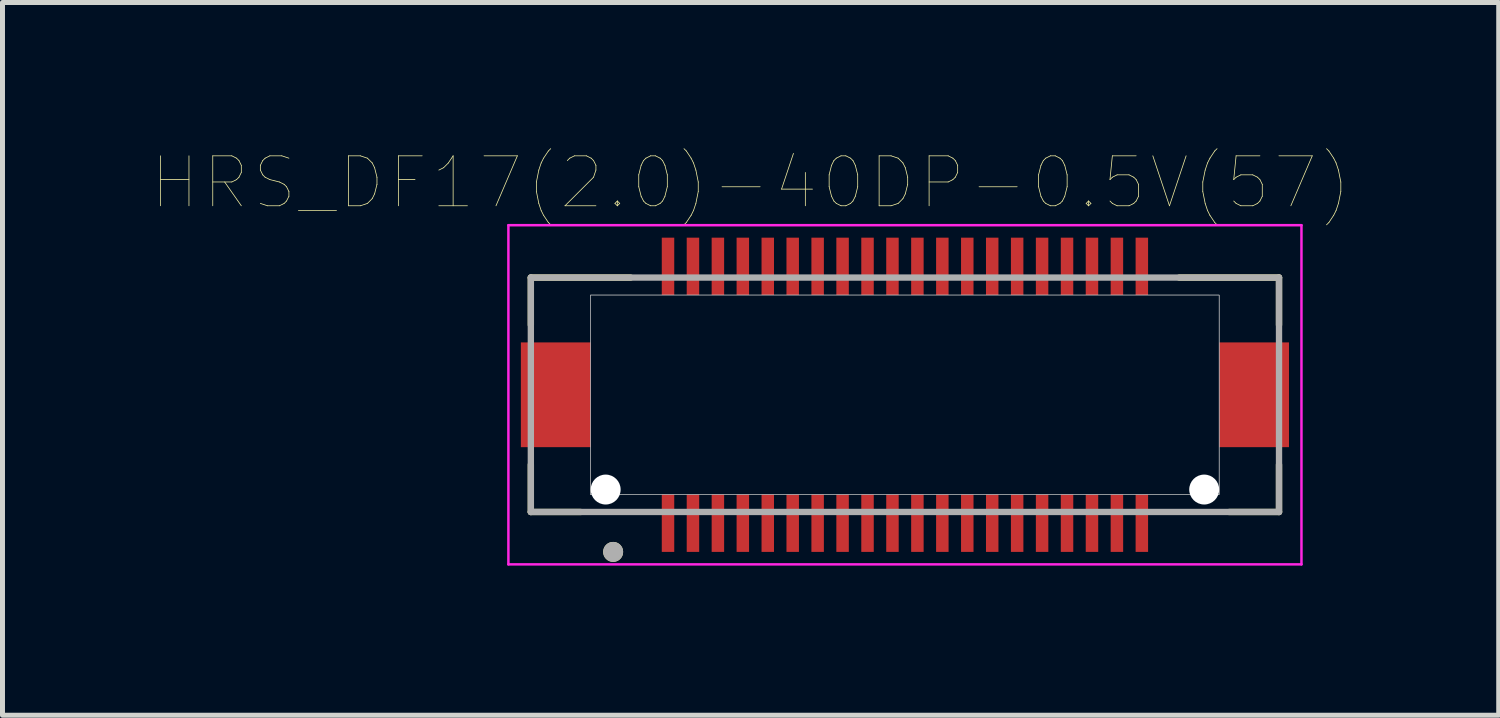
<source format=kicad_pcb>
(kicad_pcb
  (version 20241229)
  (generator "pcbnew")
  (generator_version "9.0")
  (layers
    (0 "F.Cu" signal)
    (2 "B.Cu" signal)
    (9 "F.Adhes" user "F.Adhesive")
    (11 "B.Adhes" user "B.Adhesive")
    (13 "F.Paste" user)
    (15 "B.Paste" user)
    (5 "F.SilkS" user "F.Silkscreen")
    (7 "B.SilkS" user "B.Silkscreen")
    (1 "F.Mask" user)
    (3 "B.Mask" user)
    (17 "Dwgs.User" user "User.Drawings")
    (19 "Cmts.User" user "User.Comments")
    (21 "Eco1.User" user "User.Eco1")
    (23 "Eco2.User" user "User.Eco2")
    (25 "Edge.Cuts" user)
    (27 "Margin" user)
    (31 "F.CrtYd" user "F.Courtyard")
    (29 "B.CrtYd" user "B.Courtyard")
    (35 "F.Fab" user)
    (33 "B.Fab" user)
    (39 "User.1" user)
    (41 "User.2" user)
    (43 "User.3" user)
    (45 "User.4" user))
  (footprint "HRS_DF17(2.0)-40DP-0.5V(57)"
    (layer "F.Cu")
    (at 15.093 4.865)
    (property "Reference" "HRS_DF17(2.0)-40DP-0.5V(57)" (at -3.094 -4.252 0) (layer "F.SilkS") (effects (font (size 1.002 1.002) (thickness 0.015))))
    (attr through_hole)
    (fp_line (start -7.5 -2.35) (end -5.5 -2.35) (stroke (width 0.127) (type solid)) (layer "F.SilkS"))
    (fp_line (start -7.5 -1.4) (end -7.5 -2.35) (stroke (width 0.127) (type solid)) (layer "F.SilkS"))
    (fp_line (start -7.5 1.4) (end -7.5 2.35) (stroke (width 0.127) (type solid)) (layer "F.SilkS"))
    (fp_line (start -7.5 2.35) (end -6.5 2.35) (stroke (width 0.127) (type solid)) (layer "F.SilkS"))
    (fp_line (start 5.5 -2.35) (end 7.5 -2.35) (stroke (width 0.127) (type solid)) (layer "F.SilkS"))
    (fp_line (start 7.5 -2.35) (end 7.5 -1.4) (stroke (width 0.127) (type solid)) (layer "F.SilkS"))
    (fp_line (start 7.5 1.4) (end 7.5 2.35) (stroke (width 0.127) (type solid)) (layer "F.SilkS"))
    (fp_line (start 7.5 2.35) (end 6.5 2.35) (stroke (width 0.127) (type solid)) (layer "F.SilkS"))
    (fp_circle (center -5.85 3.15) (end -5.75 3.15) (stroke (width 0.2) (type solid)) (fill no) (layer "F.SilkS"))
    (fp_poly (pts (xy -6.306 -2) (xy 6.3 -2) (xy 6.3 2.002) (xy -6.306 2.002)) (stroke (width 0.01) (type solid)) (fill no) (layer "Dwgs.User"))
    (fp_poly (pts (xy -6.302 -2) (xy 6.3 -2) (xy 6.3 2.001) (xy -6.302 2.001)) (stroke (width 0.01) (type solid)) (fill no) (layer "Dwgs.User"))
    (fp_line (start -7.95 -3.4) (end 7.95 -3.4) (stroke (width 0.05) (type solid)) (layer "F.CrtYd"))
    (fp_line (start -7.95 3.4) (end -7.95 -3.4) (stroke (width 0.05) (type solid)) (layer "F.CrtYd"))
    (fp_line (start 7.95 -3.4) (end 7.95 3.4) (stroke (width 0.05) (type solid)) (layer "F.CrtYd"))
    (fp_line (start 7.95 3.4) (end -7.95 3.4) (stroke (width 0.05) (type solid)) (layer "F.CrtYd"))
    (fp_line (start -7.5 -2.35) (end 7.5 -2.35) (stroke (width 0.127) (type solid)) (layer "F.Fab"))
    (fp_line (start -7.5 2.35) (end -7.5 -2.35) (stroke (width 0.127) (type solid)) (layer "F.Fab"))
    (fp_line (start 7.5 -2.35) (end 7.5 2.35) (stroke (width 0.127) (type solid)) (layer "F.Fab"))
    (fp_line (start 7.5 2.35) (end -7.5 2.35) (stroke (width 0.127) (type solid)) (layer "F.Fab"))
    (fp_circle (center -5.85 3.15) (end -5.75 3.15) (stroke (width 0.2) (type solid)) (fill no) (layer "F.Fab"))
    (pad "" np_thru_hole circle (at -6 1.9) (size 0.6 0.6) (drill 0.6) (layers "*.Cu" "*.Mask"))
    (pad "" np_thru_hole circle (at 6 1.9) (size 0.6 0.6) (drill 0.6) (layers "*.Cu" "*.Mask"))
    (pad "1" smd rect (at -4.75 2.575) (size 0.25 1.15) (layers "F.Cu" "F.Mask" "F.Paste"))
    (pad "2" smd rect (at -4.75 -2.575) (size 0.25 1.15) (layers "F.Cu" "F.Mask" "F.Paste"))
    (pad "3" smd rect (at -4.25 2.575) (size 0.25 1.15) (layers "F.Cu" "F.Mask" "F.Paste"))
    (pad "4" smd rect (at -4.25 -2.575) (size 0.25 1.15) (layers "F.Cu" "F.Mask" "F.Paste"))
    (pad "5" smd rect (at -3.75 2.575) (size 0.25 1.15) (layers "F.Cu" "F.Mask" "F.Paste"))
    (pad "6" smd rect (at -3.75 -2.575) (size 0.25 1.15) (layers "F.Cu" "F.Mask" "F.Paste"))
    (pad "7" smd rect (at -3.25 2.575) (size 0.25 1.15) (layers "F.Cu" "F.Mask" "F.Paste"))
    (pad "8" smd rect (at -3.25 -2.575) (size 0.25 1.15) (layers "F.Cu" "F.Mask" "F.Paste"))
    (pad "9" smd rect (at -2.75 2.575) (size 0.25 1.15) (layers "F.Cu" "F.Mask" "F.Paste"))
    (pad "10" smd rect (at -2.75 -2.575) (size 0.25 1.15) (layers "F.Cu" "F.Mask" "F.Paste"))
    (pad "11" smd rect (at -2.25 2.575) (size 0.25 1.15) (layers "F.Cu" "F.Mask" "F.Paste"))
    (pad "12" smd rect (at -2.25 -2.575) (size 0.25 1.15) (layers "F.Cu" "F.Mask" "F.Paste"))
    (pad "13" smd rect (at -1.75 2.575) (size 0.25 1.15) (layers "F.Cu" "F.Mask" "F.Paste"))
    (pad "14" smd rect (at -1.75 -2.575) (size 0.25 1.15) (layers "F.Cu" "F.Mask" "F.Paste"))
    (pad "15" smd rect (at -1.25 2.575) (size 0.25 1.15) (layers "F.Cu" "F.Mask" "F.Paste"))
    (pad "16" smd rect (at -1.25 -2.575) (size 0.25 1.15) (layers "F.Cu" "F.Mask" "F.Paste"))
    (pad "17" smd rect (at -0.75 2.575) (size 0.25 1.15) (layers "F.Cu" "F.Mask" "F.Paste"))
    (pad "18" smd rect (at -0.75 -2.575) (size 0.25 1.15) (layers "F.Cu" "F.Mask" "F.Paste"))
    (pad "19" smd rect (at -0.25 2.575) (size 0.25 1.15) (layers "F.Cu" "F.Mask" "F.Paste"))
    (pad "20" smd rect (at -0.25 -2.575) (size 0.25 1.15) (layers "F.Cu" "F.Mask" "F.Paste"))
    (pad "21" smd rect (at 0.25 2.575) (size 0.25 1.15) (layers "F.Cu" "F.Mask" "F.Paste"))
    (pad "22" smd rect (at 0.25 -2.575) (size 0.25 1.15) (layers "F.Cu" "F.Mask" "F.Paste"))
    (pad "23" smd rect (at 0.75 2.575) (size 0.25 1.15) (layers "F.Cu" "F.Mask" "F.Paste"))
    (pad "24" smd rect (at 0.75 -2.575) (size 0.25 1.15) (layers "F.Cu" "F.Mask" "F.Paste"))
    (pad "25" smd rect (at 1.25 2.575) (size 0.25 1.15) (layers "F.Cu" "F.Mask" "F.Paste"))
    (pad "26" smd rect (at 1.25 -2.575) (size 0.25 1.15) (layers "F.Cu" "F.Mask" "F.Paste"))
    (pad "27" smd rect (at 1.75 2.575) (size 0.25 1.15) (layers "F.Cu" "F.Mask" "F.Paste"))
    (pad "28" smd rect (at 1.75 -2.575) (size 0.25 1.15) (layers "F.Cu" "F.Mask" "F.Paste"))
    (pad "29" smd rect (at 2.25 2.575) (size 0.25 1.15) (layers "F.Cu" "F.Mask" "F.Paste"))
    (pad "30" smd rect (at 2.25 -2.575) (size 0.25 1.15) (layers "F.Cu" "F.Mask" "F.Paste"))
    (pad "31" smd rect (at 2.75 2.575) (size 0.25 1.15) (layers "F.Cu" "F.Mask" "F.Paste"))
    (pad "32" smd rect (at 2.75 -2.575) (size 0.25 1.15) (layers "F.Cu" "F.Mask" "F.Paste"))
    (pad "33" smd rect (at 3.25 2.575) (size 0.25 1.15) (layers "F.Cu" "F.Mask" "F.Paste"))
    (pad "34" smd rect (at 3.25 -2.575) (size 0.25 1.15) (layers "F.Cu" "F.Mask" "F.Paste"))
    (pad "35" smd rect (at 3.75 2.575) (size 0.25 1.15) (layers "F.Cu" "F.Mask" "F.Paste"))
    (pad "36" smd rect (at 3.75 -2.575) (size 0.25 1.15) (layers "F.Cu" "F.Mask" "F.Paste"))
    (pad "37" smd rect (at 4.25 2.575) (size 0.25 1.15) (layers "F.Cu" "F.Mask" "F.Paste"))
    (pad "38" smd rect (at 4.25 -2.575) (size 0.25 1.15) (layers "F.Cu" "F.Mask" "F.Paste"))
    (pad "39" smd rect (at 4.75 2.575) (size 0.25 1.15) (layers "F.Cu" "F.Mask" "F.Paste"))
    (pad "40" smd rect (at 4.75 -2.575) (size 0.25 1.15) (layers "F.Cu" "F.Mask" "F.Paste"))
    (pad "S1" smd rect (at -7 0) (size 1.4 2.1) (layers "F.Cu" "F.Mask" "F.Paste"))
    (pad "S2" smd rect (at 7 0) (size 1.4 2.1) (layers "F.Cu" "F.Mask" "F.Paste")))
  (gr_rect
    (start -3 -3)
    (end 26.998 11.29)
    (stroke (width 0.1) (type default))
    (fill no)
    (layer "Edge.Cuts")))
</source>
